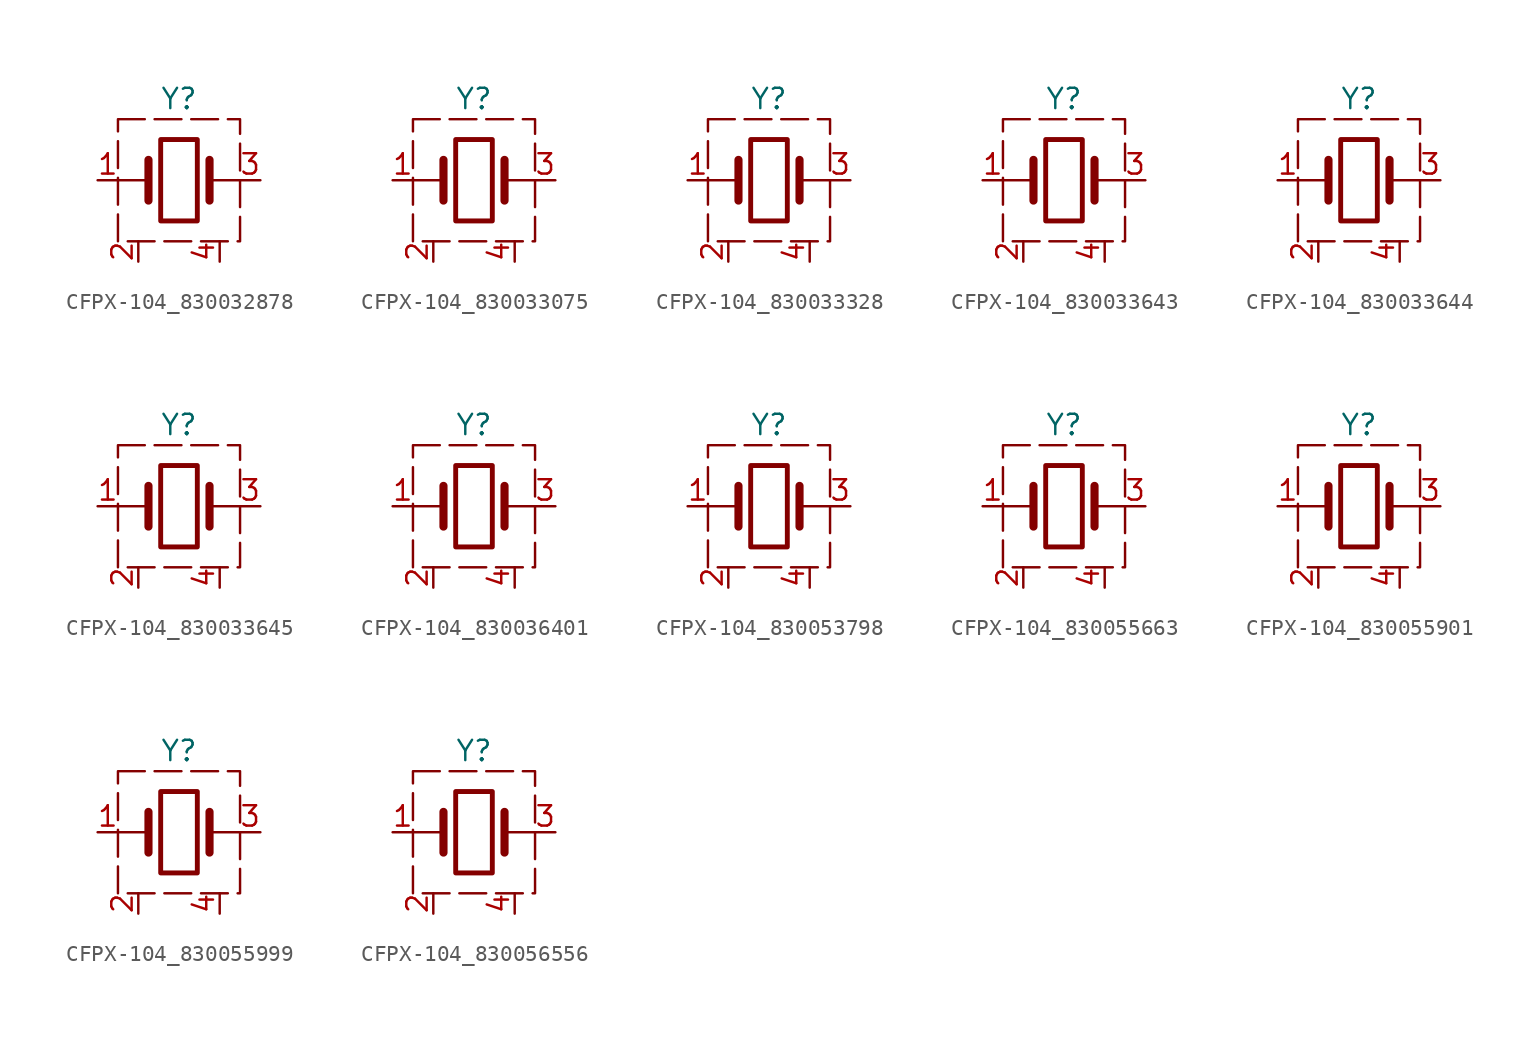
<source format=kicad_sym>
(kicad_symbol_lib
  (version 20220914)
  (generator kicad_symbol_editor)
  (symbol "CFPX-104_830032878"
    (pin_names hide)
    (property "Reference" "Y"
      (at 0 5.08 0)
      (effects (font (size 1.27 1.27))))
    (property "Critical Parameter" ""
      (at 0 -5.08 0)
      (effects (font (size 1.27 1.27)) (justify left)))
    (symbol "CFPX-104_830032878_0_1"
      (rectangle (start -1.143 2.54) (end 1.143 -2.54) (stroke (width 0.305) (type default)) (fill (type none)))
      (polyline (pts (xy -3.81 0) (xy -1.905 0)) (stroke (width 0) (type default)) (fill (type none)))
      (polyline (pts (xy -1.905 -1.27) (xy -1.905 1.27)) (stroke (width 0.508) (type default)) (fill (type none)))
      (polyline (pts (xy 1.905 -1.27) (xy 1.905 1.27)) (stroke (width 0.508) (type default)) (fill (type none)))
      (polyline (pts (xy 3.81 0) (xy 1.905 0)) (stroke (width 0) (type default)) (fill (type none))))
    (symbol "CFPX-104_830032878_1_1"
      (rectangle (start -3.81 3.81) (end 3.81 -3.81) (stroke (width 0) (type dash)) (fill (type none)))
      (pin passive line (at -5.08 0 0) (length 1.27) (name "1" (effects (font (size 1.27 1.27)))) (number "1" (effects (font (size 1.27 1.27)))))
      (pin passive line (at -2.54 -5.08 90) (length 1.27) (name "GND" (effects (font (size 1.27 1.27)))) (number "2" (effects (font (size 1.27 1.27)))))
      (pin passive line (at 5.08 0 180) (length 1.27) (name "3" (effects (font (size 1.27 1.27)))) (number "3" (effects (font (size 1.27 1.27)))))
      (pin passive line (at 2.54 -5.08 90) (length 1.27) (name "GND1" (effects (font (size 1.27 1.27)))) (number "4" (effects (font (size 1.27 1.27)))))))
  (symbol "CFPX-104_830033075"
    (pin_names hide)
    (property "Reference" "Y"
      (at 0 5.08 0)
      (effects (font (size 1.27 1.27))))
    (property "Critical Parameter" ""
      (at 0 -5.08 0)
      (effects (font (size 1.27 1.27)) (justify left)))
    (symbol "CFPX-104_830033075_0_1"
      (rectangle (start -1.143 2.54) (end 1.143 -2.54) (stroke (width 0.305) (type default)) (fill (type none)))
      (polyline (pts (xy -3.81 0) (xy -1.905 0)) (stroke (width 0) (type default)) (fill (type none)))
      (polyline (pts (xy -1.905 -1.27) (xy -1.905 1.27)) (stroke (width 0.508) (type default)) (fill (type none)))
      (polyline (pts (xy 1.905 -1.27) (xy 1.905 1.27)) (stroke (width 0.508) (type default)) (fill (type none)))
      (polyline (pts (xy 3.81 0) (xy 1.905 0)) (stroke (width 0) (type default)) (fill (type none))))
    (symbol "CFPX-104_830033075_1_1"
      (rectangle (start -3.81 3.81) (end 3.81 -3.81) (stroke (width 0) (type dash)) (fill (type none)))
      (pin passive line (at -5.08 0 0) (length 1.27) (name "1" (effects (font (size 1.27 1.27)))) (number "1" (effects (font (size 1.27 1.27)))))
      (pin passive line (at -2.54 -5.08 90) (length 1.27) (name "GND" (effects (font (size 1.27 1.27)))) (number "2" (effects (font (size 1.27 1.27)))))
      (pin passive line (at 5.08 0 180) (length 1.27) (name "3" (effects (font (size 1.27 1.27)))) (number "3" (effects (font (size 1.27 1.27)))))
      (pin passive line (at 2.54 -5.08 90) (length 1.27) (name "GND1" (effects (font (size 1.27 1.27)))) (number "4" (effects (font (size 1.27 1.27)))))))
  (symbol "CFPX-104_830033328"
    (pin_names hide)
    (property "Reference" "Y"
      (at 0 5.08 0)
      (effects (font (size 1.27 1.27))))
    (property "Critical Parameter" ""
      (at 0 -5.08 0)
      (effects (font (size 1.27 1.27)) (justify left)))
    (symbol "CFPX-104_830033328_0_1"
      (rectangle (start -1.143 2.54) (end 1.143 -2.54) (stroke (width 0.305) (type default)) (fill (type none)))
      (polyline (pts (xy -3.81 0) (xy -1.905 0)) (stroke (width 0) (type default)) (fill (type none)))
      (polyline (pts (xy -1.905 -1.27) (xy -1.905 1.27)) (stroke (width 0.508) (type default)) (fill (type none)))
      (polyline (pts (xy 1.905 -1.27) (xy 1.905 1.27)) (stroke (width 0.508) (type default)) (fill (type none)))
      (polyline (pts (xy 3.81 0) (xy 1.905 0)) (stroke (width 0) (type default)) (fill (type none))))
    (symbol "CFPX-104_830033328_1_1"
      (rectangle (start -3.81 3.81) (end 3.81 -3.81) (stroke (width 0) (type dash)) (fill (type none)))
      (pin passive line (at -5.08 0 0) (length 1.27) (name "1" (effects (font (size 1.27 1.27)))) (number "1" (effects (font (size 1.27 1.27)))))
      (pin passive line (at -2.54 -5.08 90) (length 1.27) (name "GND" (effects (font (size 1.27 1.27)))) (number "2" (effects (font (size 1.27 1.27)))))
      (pin passive line (at 5.08 0 180) (length 1.27) (name "3" (effects (font (size 1.27 1.27)))) (number "3" (effects (font (size 1.27 1.27)))))
      (pin passive line (at 2.54 -5.08 90) (length 1.27) (name "GND1" (effects (font (size 1.27 1.27)))) (number "4" (effects (font (size 1.27 1.27)))))))
  (symbol "CFPX-104_830033643"
    (pin_names hide)
    (property "Reference" "Y"
      (at 0 5.08 0)
      (effects (font (size 1.27 1.27))))
    (property "Critical Parameter" ""
      (at 0 -5.08 0)
      (effects (font (size 1.27 1.27)) (justify left)))
    (symbol "CFPX-104_830033643_0_1"
      (rectangle (start -1.143 2.54) (end 1.143 -2.54) (stroke (width 0.305) (type default)) (fill (type none)))
      (polyline (pts (xy -3.81 0) (xy -1.905 0)) (stroke (width 0) (type default)) (fill (type none)))
      (polyline (pts (xy -1.905 -1.27) (xy -1.905 1.27)) (stroke (width 0.508) (type default)) (fill (type none)))
      (polyline (pts (xy 1.905 -1.27) (xy 1.905 1.27)) (stroke (width 0.508) (type default)) (fill (type none)))
      (polyline (pts (xy 3.81 0) (xy 1.905 0)) (stroke (width 0) (type default)) (fill (type none))))
    (symbol "CFPX-104_830033643_1_1"
      (rectangle (start -3.81 3.81) (end 3.81 -3.81) (stroke (width 0) (type dash)) (fill (type none)))
      (pin passive line (at -5.08 0 0) (length 1.27) (name "1" (effects (font (size 1.27 1.27)))) (number "1" (effects (font (size 1.27 1.27)))))
      (pin passive line (at -2.54 -5.08 90) (length 1.27) (name "GND" (effects (font (size 1.27 1.27)))) (number "2" (effects (font (size 1.27 1.27)))))
      (pin passive line (at 5.08 0 180) (length 1.27) (name "3" (effects (font (size 1.27 1.27)))) (number "3" (effects (font (size 1.27 1.27)))))
      (pin passive line (at 2.54 -5.08 90) (length 1.27) (name "GND1" (effects (font (size 1.27 1.27)))) (number "4" (effects (font (size 1.27 1.27)))))))
  (symbol "CFPX-104_830033644"
    (pin_names hide)
    (property "Reference" "Y"
      (at 0 5.08 0)
      (effects (font (size 1.27 1.27))))
    (property "Critical Parameter" ""
      (at 0 -5.08 0)
      (effects (font (size 1.27 1.27)) (justify left)))
    (symbol "CFPX-104_830033644_0_1"
      (rectangle (start -1.143 2.54) (end 1.143 -2.54) (stroke (width 0.305) (type default)) (fill (type none)))
      (polyline (pts (xy -3.81 0) (xy -1.905 0)) (stroke (width 0) (type default)) (fill (type none)))
      (polyline (pts (xy -1.905 -1.27) (xy -1.905 1.27)) (stroke (width 0.508) (type default)) (fill (type none)))
      (polyline (pts (xy 1.905 -1.27) (xy 1.905 1.27)) (stroke (width 0.508) (type default)) (fill (type none)))
      (polyline (pts (xy 3.81 0) (xy 1.905 0)) (stroke (width 0) (type default)) (fill (type none))))
    (symbol "CFPX-104_830033644_1_1"
      (rectangle (start -3.81 3.81) (end 3.81 -3.81) (stroke (width 0) (type dash)) (fill (type none)))
      (pin passive line (at -5.08 0 0) (length 1.27) (name "1" (effects (font (size 1.27 1.27)))) (number "1" (effects (font (size 1.27 1.27)))))
      (pin passive line (at -2.54 -5.08 90) (length 1.27) (name "GND" (effects (font (size 1.27 1.27)))) (number "2" (effects (font (size 1.27 1.27)))))
      (pin passive line (at 5.08 0 180) (length 1.27) (name "3" (effects (font (size 1.27 1.27)))) (number "3" (effects (font (size 1.27 1.27)))))
      (pin passive line (at 2.54 -5.08 90) (length 1.27) (name "GND1" (effects (font (size 1.27 1.27)))) (number "4" (effects (font (size 1.27 1.27)))))))
  (symbol "CFPX-104_830033645"
    (pin_names hide)
    (property "Reference" "Y"
      (at 0 5.08 0)
      (effects (font (size 1.27 1.27))))
    (property "Critical Parameter" ""
      (at 0 -5.08 0)
      (effects (font (size 1.27 1.27)) (justify left)))
    (symbol "CFPX-104_830033645_0_1"
      (rectangle (start -1.143 2.54) (end 1.143 -2.54) (stroke (width 0.305) (type default)) (fill (type none)))
      (polyline (pts (xy -3.81 0) (xy -1.905 0)) (stroke (width 0) (type default)) (fill (type none)))
      (polyline (pts (xy -1.905 -1.27) (xy -1.905 1.27)) (stroke (width 0.508) (type default)) (fill (type none)))
      (polyline (pts (xy 1.905 -1.27) (xy 1.905 1.27)) (stroke (width 0.508) (type default)) (fill (type none)))
      (polyline (pts (xy 3.81 0) (xy 1.905 0)) (stroke (width 0) (type default)) (fill (type none))))
    (symbol "CFPX-104_830033645_1_1"
      (rectangle (start -3.81 3.81) (end 3.81 -3.81) (stroke (width 0) (type dash)) (fill (type none)))
      (pin passive line (at -5.08 0 0) (length 1.27) (name "1" (effects (font (size 1.27 1.27)))) (number "1" (effects (font (size 1.27 1.27)))))
      (pin passive line (at -2.54 -5.08 90) (length 1.27) (name "GND" (effects (font (size 1.27 1.27)))) (number "2" (effects (font (size 1.27 1.27)))))
      (pin passive line (at 5.08 0 180) (length 1.27) (name "3" (effects (font (size 1.27 1.27)))) (number "3" (effects (font (size 1.27 1.27)))))
      (pin passive line (at 2.54 -5.08 90) (length 1.27) (name "GND1" (effects (font (size 1.27 1.27)))) (number "4" (effects (font (size 1.27 1.27)))))))
  (symbol "CFPX-104_830036401"
    (pin_names hide)
    (property "Reference" "Y"
      (at 0 5.08 0)
      (effects (font (size 1.27 1.27))))
    (property "Critical Parameter" ""
      (at 0 -5.08 0)
      (effects (font (size 1.27 1.27)) (justify left)))
    (symbol "CFPX-104_830036401_0_1"
      (rectangle (start -1.143 2.54) (end 1.143 -2.54) (stroke (width 0.305) (type default)) (fill (type none)))
      (polyline (pts (xy -3.81 0) (xy -1.905 0)) (stroke (width 0) (type default)) (fill (type none)))
      (polyline (pts (xy -1.905 -1.27) (xy -1.905 1.27)) (stroke (width 0.508) (type default)) (fill (type none)))
      (polyline (pts (xy 1.905 -1.27) (xy 1.905 1.27)) (stroke (width 0.508) (type default)) (fill (type none)))
      (polyline (pts (xy 3.81 0) (xy 1.905 0)) (stroke (width 0) (type default)) (fill (type none))))
    (symbol "CFPX-104_830036401_1_1"
      (rectangle (start -3.81 3.81) (end 3.81 -3.81) (stroke (width 0) (type dash)) (fill (type none)))
      (pin passive line (at -5.08 0 0) (length 1.27) (name "1" (effects (font (size 1.27 1.27)))) (number "1" (effects (font (size 1.27 1.27)))))
      (pin passive line (at -2.54 -5.08 90) (length 1.27) (name "GND" (effects (font (size 1.27 1.27)))) (number "2" (effects (font (size 1.27 1.27)))))
      (pin passive line (at 5.08 0 180) (length 1.27) (name "3" (effects (font (size 1.27 1.27)))) (number "3" (effects (font (size 1.27 1.27)))))
      (pin passive line (at 2.54 -5.08 90) (length 1.27) (name "GND1" (effects (font (size 1.27 1.27)))) (number "4" (effects (font (size 1.27 1.27)))))))
  (symbol "CFPX-104_830053798"
    (pin_names hide)
    (property "Reference" "Y"
      (at 0 5.08 0)
      (effects (font (size 1.27 1.27))))
    (property "Critical Parameter" ""
      (at 0 -5.08 0)
      (effects (font (size 1.27 1.27)) (justify left)))
    (symbol "CFPX-104_830053798_0_1"
      (rectangle (start -1.143 2.54) (end 1.143 -2.54) (stroke (width 0.305) (type default)) (fill (type none)))
      (polyline (pts (xy -3.81 0) (xy -1.905 0)) (stroke (width 0) (type default)) (fill (type none)))
      (polyline (pts (xy -1.905 -1.27) (xy -1.905 1.27)) (stroke (width 0.508) (type default)) (fill (type none)))
      (polyline (pts (xy 1.905 -1.27) (xy 1.905 1.27)) (stroke (width 0.508) (type default)) (fill (type none)))
      (polyline (pts (xy 3.81 0) (xy 1.905 0)) (stroke (width 0) (type default)) (fill (type none))))
    (symbol "CFPX-104_830053798_1_1"
      (rectangle (start -3.81 3.81) (end 3.81 -3.81) (stroke (width 0) (type dash)) (fill (type none)))
      (pin passive line (at -5.08 0 0) (length 1.27) (name "1" (effects (font (size 1.27 1.27)))) (number "1" (effects (font (size 1.27 1.27)))))
      (pin passive line (at -2.54 -5.08 90) (length 1.27) (name "GND" (effects (font (size 1.27 1.27)))) (number "2" (effects (font (size 1.27 1.27)))))
      (pin passive line (at 5.08 0 180) (length 1.27) (name "3" (effects (font (size 1.27 1.27)))) (number "3" (effects (font (size 1.27 1.27)))))
      (pin passive line (at 2.54 -5.08 90) (length 1.27) (name "GND1" (effects (font (size 1.27 1.27)))) (number "4" (effects (font (size 1.27 1.27)))))))
  (symbol "CFPX-104_830055663"
    (pin_names hide)
    (property "Reference" "Y"
      (at 0 5.08 0)
      (effects (font (size 1.27 1.27))))
    (property "Critical Parameter" ""
      (at 0 -5.08 0)
      (effects (font (size 1.27 1.27)) (justify left)))
    (symbol "CFPX-104_830055663_0_1"
      (rectangle (start -1.143 2.54) (end 1.143 -2.54) (stroke (width 0.305) (type default)) (fill (type none)))
      (polyline (pts (xy -3.81 0) (xy -1.905 0)) (stroke (width 0) (type default)) (fill (type none)))
      (polyline (pts (xy -1.905 -1.27) (xy -1.905 1.27)) (stroke (width 0.508) (type default)) (fill (type none)))
      (polyline (pts (xy 1.905 -1.27) (xy 1.905 1.27)) (stroke (width 0.508) (type default)) (fill (type none)))
      (polyline (pts (xy 3.81 0) (xy 1.905 0)) (stroke (width 0) (type default)) (fill (type none))))
    (symbol "CFPX-104_830055663_1_1"
      (rectangle (start -3.81 3.81) (end 3.81 -3.81) (stroke (width 0) (type dash)) (fill (type none)))
      (pin passive line (at -5.08 0 0) (length 1.27) (name "1" (effects (font (size 1.27 1.27)))) (number "1" (effects (font (size 1.27 1.27)))))
      (pin passive line (at -2.54 -5.08 90) (length 1.27) (name "GND" (effects (font (size 1.27 1.27)))) (number "2" (effects (font (size 1.27 1.27)))))
      (pin passive line (at 5.08 0 180) (length 1.27) (name "3" (effects (font (size 1.27 1.27)))) (number "3" (effects (font (size 1.27 1.27)))))
      (pin passive line (at 2.54 -5.08 90) (length 1.27) (name "GND1" (effects (font (size 1.27 1.27)))) (number "4" (effects (font (size 1.27 1.27)))))))
  (symbol "CFPX-104_830055901"
    (pin_names hide)
    (property "Reference" "Y"
      (at 0 5.08 0)
      (effects (font (size 1.27 1.27))))
    (property "Critical Parameter" ""
      (at 0 -5.08 0)
      (effects (font (size 1.27 1.27)) (justify left)))
    (symbol "CFPX-104_830055901_0_1"
      (rectangle (start -1.143 2.54) (end 1.143 -2.54) (stroke (width 0.305) (type default)) (fill (type none)))
      (polyline (pts (xy -3.81 0) (xy -1.905 0)) (stroke (width 0) (type default)) (fill (type none)))
      (polyline (pts (xy -1.905 -1.27) (xy -1.905 1.27)) (stroke (width 0.508) (type default)) (fill (type none)))
      (polyline (pts (xy 1.905 -1.27) (xy 1.905 1.27)) (stroke (width 0.508) (type default)) (fill (type none)))
      (polyline (pts (xy 3.81 0) (xy 1.905 0)) (stroke (width 0) (type default)) (fill (type none))))
    (symbol "CFPX-104_830055901_1_1"
      (rectangle (start -3.81 3.81) (end 3.81 -3.81) (stroke (width 0) (type dash)) (fill (type none)))
      (pin passive line (at -5.08 0 0) (length 1.27) (name "1" (effects (font (size 1.27 1.27)))) (number "1" (effects (font (size 1.27 1.27)))))
      (pin passive line (at -2.54 -5.08 90) (length 1.27) (name "GND" (effects (font (size 1.27 1.27)))) (number "2" (effects (font (size 1.27 1.27)))))
      (pin passive line (at 5.08 0 180) (length 1.27) (name "3" (effects (font (size 1.27 1.27)))) (number "3" (effects (font (size 1.27 1.27)))))
      (pin passive line (at 2.54 -5.08 90) (length 1.27) (name "GND1" (effects (font (size 1.27 1.27)))) (number "4" (effects (font (size 1.27 1.27)))))))
  (symbol "CFPX-104_830055999"
    (pin_names hide)
    (property "Reference" "Y"
      (at 0 5.08 0)
      (effects (font (size 1.27 1.27))))
    (property "Critical Parameter" ""
      (at 0 -5.08 0)
      (effects (font (size 1.27 1.27)) (justify left)))
    (symbol "CFPX-104_830055999_0_1"
      (rectangle (start -1.143 2.54) (end 1.143 -2.54) (stroke (width 0.305) (type default)) (fill (type none)))
      (polyline (pts (xy -3.81 0) (xy -1.905 0)) (stroke (width 0) (type default)) (fill (type none)))
      (polyline (pts (xy -1.905 -1.27) (xy -1.905 1.27)) (stroke (width 0.508) (type default)) (fill (type none)))
      (polyline (pts (xy 1.905 -1.27) (xy 1.905 1.27)) (stroke (width 0.508) (type default)) (fill (type none)))
      (polyline (pts (xy 3.81 0) (xy 1.905 0)) (stroke (width 0) (type default)) (fill (type none))))
    (symbol "CFPX-104_830055999_1_1"
      (rectangle (start -3.81 3.81) (end 3.81 -3.81) (stroke (width 0) (type dash)) (fill (type none)))
      (pin passive line (at -5.08 0 0) (length 1.27) (name "1" (effects (font (size 1.27 1.27)))) (number "1" (effects (font (size 1.27 1.27)))))
      (pin passive line (at -2.54 -5.08 90) (length 1.27) (name "GND" (effects (font (size 1.27 1.27)))) (number "2" (effects (font (size 1.27 1.27)))))
      (pin passive line (at 5.08 0 180) (length 1.27) (name "3" (effects (font (size 1.27 1.27)))) (number "3" (effects (font (size 1.27 1.27)))))
      (pin passive line (at 2.54 -5.08 90) (length 1.27) (name "GND1" (effects (font (size 1.27 1.27)))) (number "4" (effects (font (size 1.27 1.27)))))))
  (symbol "CFPX-104_830056556"
    (pin_names hide)
    (property "Reference" "Y"
      (at 0 5.08 0)
      (effects (font (size 1.27 1.27))))
    (property "Critical Parameter" ""
      (at 0 -5.08 0)
      (effects (font (size 1.27 1.27)) (justify left)))
    (symbol "CFPX-104_830056556_0_1"
      (rectangle (start -1.143 2.54) (end 1.143 -2.54) (stroke (width 0.305) (type default)) (fill (type none)))
      (polyline (pts (xy -3.81 0) (xy -1.905 0)) (stroke (width 0) (type default)) (fill (type none)))
      (polyline (pts (xy -1.905 -1.27) (xy -1.905 1.27)) (stroke (width 0.508) (type default)) (fill (type none)))
      (polyline (pts (xy 1.905 -1.27) (xy 1.905 1.27)) (stroke (width 0.508) (type default)) (fill (type none)))
      (polyline (pts (xy 3.81 0) (xy 1.905 0)) (stroke (width 0) (type default)) (fill (type none))))
    (symbol "CFPX-104_830056556_1_1"
      (rectangle (start -3.81 3.81) (end 3.81 -3.81) (stroke (width 0) (type dash)) (fill (type none)))
      (pin passive line (at -5.08 0 0) (length 1.27) (name "1" (effects (font (size 1.27 1.27)))) (number "1" (effects (font (size 1.27 1.27)))))
      (pin passive line (at -2.54 -5.08 90) (length 1.27) (name "GND" (effects (font (size 1.27 1.27)))) (number "2" (effects (font (size 1.27 1.27)))))
      (pin passive line (at 5.08 0 180) (length 1.27) (name "3" (effects (font (size 1.27 1.27)))) (number "3" (effects (font (size 1.27 1.27)))))
      (pin passive line (at 2.54 -5.08 90) (length 1.27) (name "GND1" (effects (font (size 1.27 1.27)))) (number "4" (effects (font (size 1.27 1.27))))))))
</source>
